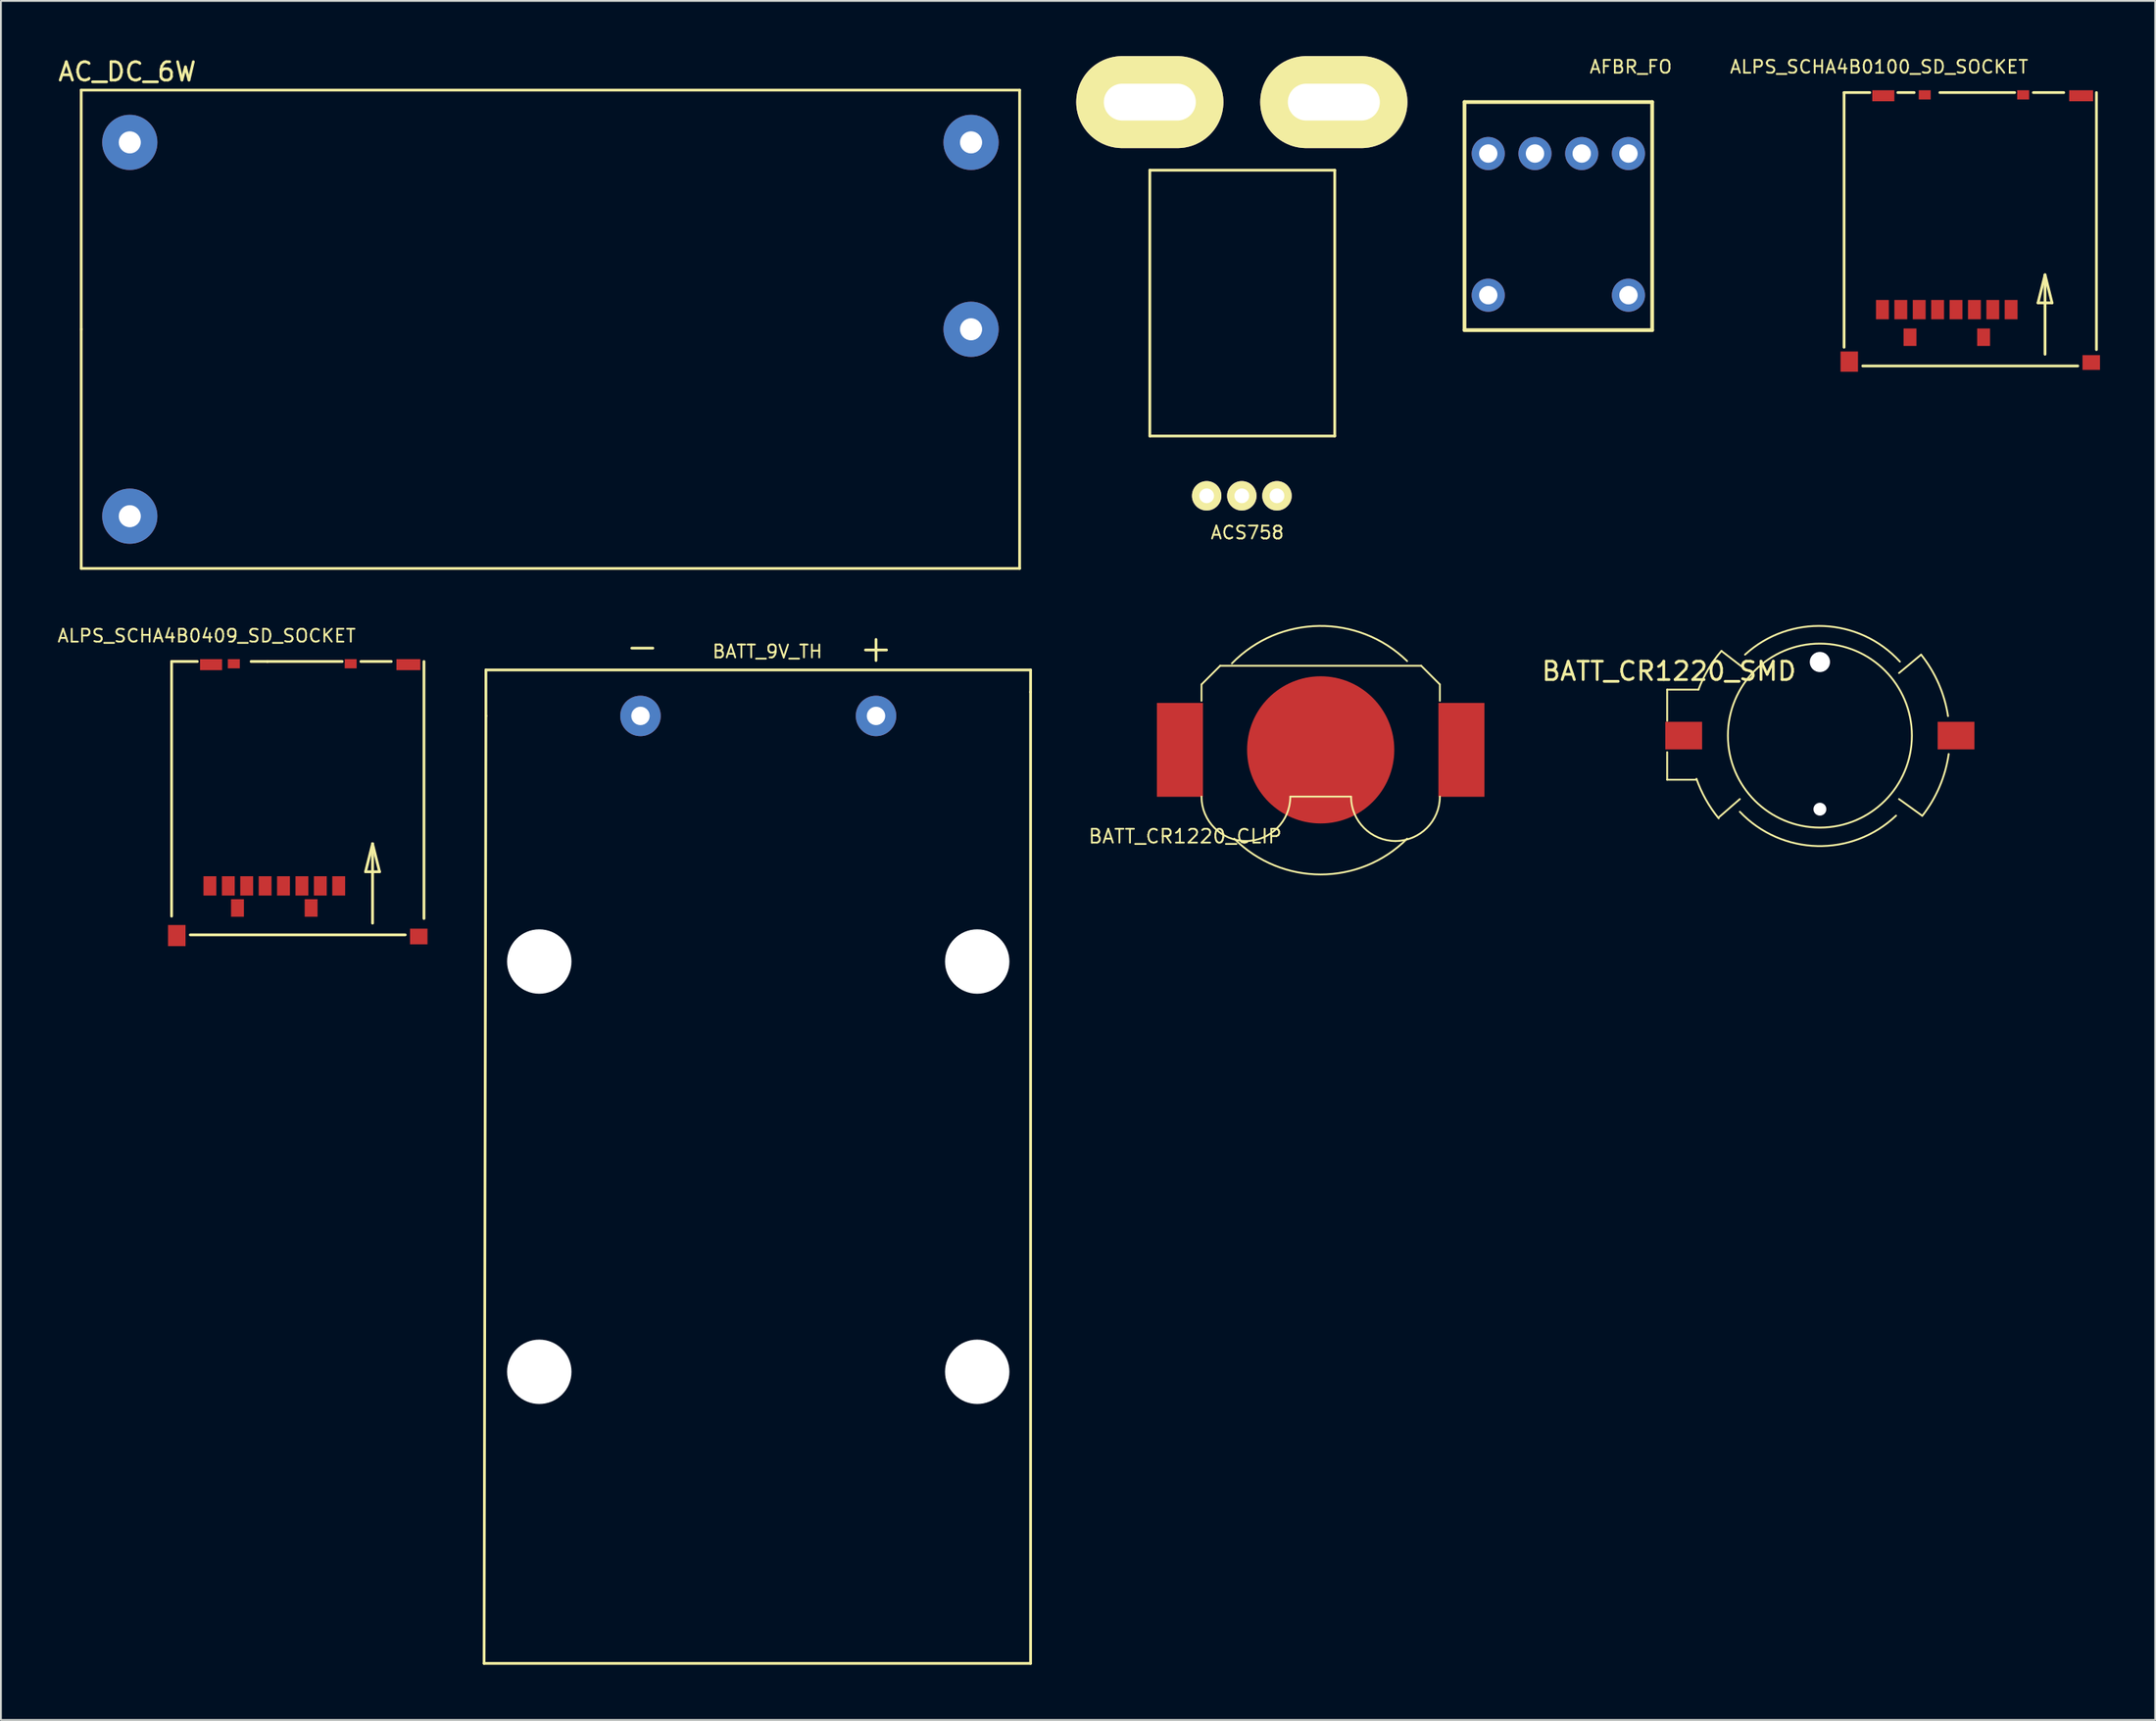
<source format=kicad_pcb>
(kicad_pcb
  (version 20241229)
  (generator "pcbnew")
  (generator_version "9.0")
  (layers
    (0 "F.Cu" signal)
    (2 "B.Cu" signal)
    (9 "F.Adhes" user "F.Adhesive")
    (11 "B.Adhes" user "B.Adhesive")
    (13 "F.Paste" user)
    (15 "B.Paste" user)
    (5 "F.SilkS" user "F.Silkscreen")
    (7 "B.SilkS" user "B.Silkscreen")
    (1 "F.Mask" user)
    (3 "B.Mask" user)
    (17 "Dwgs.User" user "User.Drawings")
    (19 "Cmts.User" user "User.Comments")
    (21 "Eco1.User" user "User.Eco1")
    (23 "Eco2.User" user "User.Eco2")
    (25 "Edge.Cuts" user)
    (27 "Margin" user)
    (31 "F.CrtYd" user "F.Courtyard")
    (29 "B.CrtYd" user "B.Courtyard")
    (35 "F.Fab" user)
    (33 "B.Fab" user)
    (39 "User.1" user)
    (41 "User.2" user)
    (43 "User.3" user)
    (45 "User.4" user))
  (footprint "AFBR_FO"
    (layer "F.Cu")
    (at 85.45 5.295)
    (property "Reference" "AFBR_FO" (at 0.13 -4.71 0) (layer "F.SilkS") (effects (font (size 0.7 0.7) (thickness 0.1))))
    (attr through_hole)
    (fp_line (start -8.91 -2.8) (end -8.91 9.6) (stroke (width 0.203) (type solid)) (layer "F.SilkS"))
    (fp_line (start -8.91 -2.8) (end 1.29 -2.8) (stroke (width 0.203) (type solid)) (layer "F.SilkS"))
    (fp_line (start 1.29 -2.8) (end 1.29 9.6) (stroke (width 0.203) (type solid)) (layer "F.SilkS"))
    (fp_line (start 1.29 9.6) (end -8.91 9.6) (stroke (width 0.203) (type solid)) (layer "F.SilkS"))
    (pad "1" thru_hole circle (at 0 0) (size 1.8 1.8) (drill 1) (layers "*.Cu" "*.Mask"))
    (pad "2" thru_hole circle (at -2.54 0) (size 1.8 1.8) (drill 1) (layers "*.Cu" "*.Mask"))
    (pad "3" thru_hole circle (at -5.08 0) (size 1.8 1.8) (drill 1) (layers "*.Cu" "*.Mask"))
    (pad "4" thru_hole circle (at -7.62 0) (size 1.8 1.8) (drill 1) (layers "*.Cu" "*.Mask"))
    (pad "5" thru_hole circle (at -7.62 7.7) (size 1.8 1.8) (drill 1) (layers "*.Cu" "*.Mask"))
    (pad "6" thru_hole circle (at 0 7.7) (size 1.8 1.8) (drill 1) (layers "*.Cu" "*.Mask")))
  (footprint "BATT_CR1220_CLIP"
    (layer "F.Cu")
    (at 68.724 37.709)
    (property "Reference" "BATT_CR1220_CLIP" (at -7.366 4.699 0) (layer "F.SilkS") (effects (font (size 0.75 0.75) (thickness 0.1))))
    (attr through_hole)
    (fp_line (start -6.477 -3.556) (end -5.461 -4.572) (stroke (width 0.1) (type solid)) (layer "F.SilkS"))
    (fp_line (start -6.477 -2.667) (end -6.477 -3.556) (stroke (width 0.1) (type solid)) (layer "F.SilkS"))
    (fp_line (start -5.461 -4.572) (end 5.461 -4.572) (stroke (width 0.1) (type solid)) (layer "F.SilkS"))
    (fp_line (start 1.651 2.54) (end -1.651 2.54) (stroke (width 0.1) (type solid)) (layer "F.SilkS"))
    (fp_line (start 5.461 -4.572) (end 6.477 -3.556) (stroke (width 0.1) (type solid)) (layer "F.SilkS"))
    (fp_line (start 6.477 -3.556) (end 6.477 -2.667) (stroke (width 0.1) (type solid)) (layer "F.SilkS"))
    (fp_arc (start -4.826 -4.699) (mid -0.089803 -6.735192) (end 4.699 -4.826) (stroke (width 0.1) (type solid)) (layer "F.SilkS"))
    (fp_arc (start -4.064 4.953) (mid -5.770249 4.246249) (end -6.477 2.54) (stroke (width 0.1) (type solid)) (layer "F.SilkS"))
    (fp_arc (start -1.651 2.54) (mid -2.357751 4.246249) (end -4.064 4.953) (stroke (width 0.1) (type solid)) (layer "F.SilkS"))
    (fp_arc (start 4.064 4.953) (mid 2.357751 4.246249) (end 1.651 2.54) (stroke (width 0.1) (type solid)) (layer "F.SilkS"))
    (fp_arc (start 4.699 4.826) (mid 0 6.77239) (end -4.699 4.826) (stroke (width 0.1) (type solid)) (layer "F.SilkS"))
    (fp_arc (start 6.477 2.54) (mid 5.770249 4.246249) (end 4.064 4.953) (stroke (width 0.1) (type solid)) (layer "F.SilkS"))
    (pad "1" smd rect (at -7.65 0) (size 2.5 5.1) (layers "F.Cu" "F.Mask" "F.Paste"))
    (pad "2" smd rect (at 7.65 0) (size 2.5 5.1) (layers "F.Cu" "F.Mask" "F.Paste"))
    (pad "3" smd circle (at 0 0) (size 8 8) (layers "F.Cu" "F.Mask" "F.Paste")))
  (footprint "BATT_CR1220_SMD"
    (layer "F.Cu")
    (at 95.854 36.933)
    (property "Reference" "BATT_CR1220_SMD" (at -8.2 -3.5 0) (layer "F.SilkS") (effects (font (size 1 1) (thickness 0.15))))
    (attr through_hole)
    (fp_line (start -8.3 -2.5) (end -8.3 -0.8) (stroke (width 0.1) (type solid)) (layer "F.SilkS"))
    (fp_line (start -8.3 0.9) (end -8.3 2.4) (stroke (width 0.1) (type solid)) (layer "F.SilkS"))
    (fp_line (start -8.3 2.4) (end -6.7 2.4) (stroke (width 0.1) (type solid)) (layer "F.SilkS"))
    (fp_line (start -6.6 -2.5) (end -8.3 -2.5) (stroke (width 0.1) (type solid)) (layer "F.SilkS"))
    (fp_line (start -5.5 4.45) (end -4.35 3.45) (stroke (width 0.1) (type solid)) (layer "F.SilkS"))
    (fp_line (start -5.35 -4.6) (end -4.05 -3.6) (stroke (width 0.1) (type solid)) (layer "F.SilkS"))
    (fp_line (start 5.5 -4.4) (end 4.3 -3.4) (stroke (width 0.1) (type solid)) (layer "F.SilkS"))
    (fp_line (start 5.55 4.35) (end 4.3 3.45) (stroke (width 0.1) (type solid)) (layer "F.SilkS"))
    (fp_arc (start -6.6 -2.5) (mid -6.065611 -3.608097) (end -5.346921 -4.606564) (stroke (width 0.1) (type solid)) (layer "F.SilkS"))
    (fp_arc (start -5.5 4.5) (mid -6.197859 3.47657) (end -6.7074 2.347506) (stroke (width 0.1) (type solid)) (layer "F.SilkS"))
    (fp_arc (start -4.07 -4.4) (mid 0.218701 -5.953839) (end 4.35 -4.02) (stroke (width 0.1) (type solid)) (layer "F.SilkS"))
    (fp_arc (start 4.14 4.35) (mid -0.148492 6.003337) (end -4.35 4.14) (stroke (width 0.1) (type solid)) (layer "F.SilkS"))
    (fp_arc (start 5.5 -4.4) (mid 6.451396 -2.826569) (end 6.96314 -1.060512) (stroke (width 0.1) (type solid)) (layer "F.SilkS"))
    (fp_arc (start 7 1) (mid 6.502662 2.777659) (end 5.562178 4.366025) (stroke (width 0.1) (type solid)) (layer "F.SilkS"))
    (fp_circle (center 0 0) (end 5 0) (stroke (width 0.1) (type solid)) (fill no) (layer "F.SilkS"))
    (pad "" np_thru_hole circle (at 0 -4) (size 1.1 1.1) (drill 1.1) (layers "*.Cu" "*.Mask"))
    (pad "" np_thru_hole circle (at 0 4) (size 0.7 0.7) (drill 0.7) (layers "*.Cu" "*.Mask"))
    (pad "+" smd rect (at -7.4 0) (size 2 1.5) (layers "F.Cu" "F.Mask" "F.Paste"))
    (pad "-" smd rect (at 7.4 0) (size 2 1.5) (layers "F.Cu" "F.Mask" "F.Paste")))
  (footprint "ACS758"
    (layer "F.Cu")
    (at 64.438 2.5)
    (property "Reference" "ACS758" (at 0.3 23.4 0) (layer "F.SilkS") (effects (font (size 0.7 0.7) (thickness 0.1))))
    (attr through_hole)
    (fp_line (start -5 3.7) (end 5.05 3.7) (stroke (width 0.15) (type solid)) (layer "F.SilkS"))
    (fp_line (start -5 18.15) (end -5 3.7) (stroke (width 0.15) (type solid)) (layer "F.SilkS"))
    (fp_line (start 5.05 3.7) (end 5.05 18.15) (stroke (width 0.15) (type solid)) (layer "F.SilkS"))
    (fp_line (start 5.05 18.15) (end -5 18.15) (stroke (width 0.15) (type solid)) (layer "F.SilkS"))
    (pad "1" thru_hole oval (at 5 0) (size 8 5) (drill oval 5 2) (layers "*.Cu" "*.Mask" "F.SilkS"))
    (pad "2" thru_hole oval (at -5 0) (size 8 5) (drill oval 5 2) (layers "*.Cu" "*.Mask" "F.SilkS"))
    (pad "3" thru_hole circle (at -1.91 21.4) (size 1.6 1.6) (drill 0.8) (layers "*.Cu" "*.Mask" "F.SilkS"))
    (pad "4" thru_hole circle (at 0 21.4) (size 1.6 1.6) (drill 0.8) (layers "*.Cu" "*.Mask" "F.SilkS"))
    (pad "5" thru_hole circle (at 1.91 21.4) (size 1.6 1.6) (drill 0.8) (layers "*.Cu" "*.Mask" "F.SilkS")))
  (footprint "AC_DC_6W"
    (layer "F.Cu")
    (at 26.863 14.848)
    (property "Reference" "AC_DC_6W" (at -23 -14 0) (layer "F.SilkS") (effects (font (size 1 1) (thickness 0.15))))
    (attr through_hole)
    (fp_line (start -25.5 -13) (end 25.5 -13) (stroke (width 0.15) (type solid)) (layer "F.SilkS"))
    (fp_line (start -25.5 0) (end -25.5 -13) (stroke (width 0.15) (type solid)) (layer "F.SilkS"))
    (fp_line (start -25.5 13) (end -25.5 0) (stroke (width 0.15) (type solid)) (layer "F.SilkS"))
    (fp_line (start 25.5 -13) (end 25.5 13) (stroke (width 0.15) (type solid)) (layer "F.SilkS"))
    (fp_line (start 25.5 13) (end -25.5 13) (stroke (width 0.15) (type solid)) (layer "F.SilkS"))
    (pad "1" thru_hole circle (at -22.86 -10.16) (size 3 3) (drill 1.2) (layers "*.Cu" "*.Mask"))
    (pad "2" thru_hole circle (at -22.86 10.16) (size 3 3) (drill 1.2) (layers "*.Cu" "*.Mask"))
    (pad "3" thru_hole circle (at 22.86 0) (size 3 3) (drill 1.2) (layers "*.Cu" "*.Mask"))
    (pad "4" thru_hole circle (at 22.86 -10.16) (size 3 3) (drill 1.2) (layers "*.Cu" "*.Mask")))
  (footprint "ALPS_SCHA4B0409_SD_SOCKET"
    (layer "F.Cu")
    (at 13.133 32.778)
    (property "Reference" "ALPS_SCHA4B0409_SD_SOCKET" (at -4.953 -1.27 0) (layer "F.SilkS") (effects (font (size 0.7 0.7) (thickness 0.1))))
    (attr through_hole)
    (fp_line (start -6.858 0.127) (end -5.461 0.127) (stroke (width 0.15) (type solid)) (layer "F.SilkS"))
    (fp_line (start -6.858 13.97) (end -6.858 0.127) (stroke (width 0.15) (type solid)) (layer "F.SilkS"))
    (fp_line (start -2.537 0.127) (end -1.648 0.127) (stroke (width 0.15) (type solid)) (layer "F.SilkS"))
    (fp_line (start -1.651 0.127) (end 2.413 0.127) (stroke (width 0.15) (type solid)) (layer "F.SilkS"))
    (fp_line (start 3.429 0.127) (end 5.08 0.127) (stroke (width 0.15) (type solid)) (layer "F.SilkS"))
    (fp_line (start 3.683 11.557) (end 4.445 11.557) (stroke (width 0.15) (type solid)) (layer "F.SilkS"))
    (fp_line (start 4.064 10.033) (end 3.683 11.557) (stroke (width 0.15) (type solid)) (layer "F.SilkS"))
    (fp_line (start 4.064 14.351) (end 4.064 10.033) (stroke (width 0.15) (type solid)) (layer "F.SilkS"))
    (fp_line (start 4.445 11.557) (end 4.064 10.033) (stroke (width 0.15) (type solid)) (layer "F.SilkS"))
    (fp_line (start 5.842 14.986) (end -5.842 14.986) (stroke (width 0.15) (type solid)) (layer "F.SilkS"))
    (fp_line (start 6.858 0.127) (end 6.858 14.097) (stroke (width 0.15) (type solid)) (layer "F.SilkS"))
    (pad "1" smd rect (at 2.225 12.325) (size 0.7 1.05) (layers "F.Cu" "F.Mask" "F.Paste"))
    (pad "2" smd rect (at 1.225 12.325) (size 0.7 1.05) (layers "F.Cu" "F.Mask" "F.Paste"))
    (pad "3" smd rect (at 0.225 12.325) (size 0.7 1.05) (layers "F.Cu" "F.Mask" "F.Paste"))
    (pad "4" smd rect (at -0.775 12.325) (size 0.7 1.05) (layers "F.Cu" "F.Mask" "F.Paste"))
    (pad "5" smd rect (at -1.775 12.325) (size 0.7 1.05) (layers "F.Cu" "F.Mask" "F.Paste"))
    (pad "6" smd rect (at -2.775 12.325) (size 0.7 1.05) (layers "F.Cu" "F.Mask" "F.Paste"))
    (pad "7" smd rect (at -3.775 12.325) (size 0.7 1.05) (layers "F.Cu" "F.Mask" "F.Paste"))
    (pad "8" smd rect (at -4.775 12.325) (size 0.7 1.05) (layers "F.Cu" "F.Mask" "F.Paste"))
    (pad "9" smd rect (at -3.475 0.25) (size 0.65 0.5) (layers "F.Cu" "F.Mask" "F.Paste"))
    (pad "10" smd rect (at 2.875 0.25) (size 0.65 0.5) (layers "F.Cu" "F.Mask" "F.Paste"))
    (pad "11" smd rect (at 6.575 15.075) (size 0.95 0.85) (layers "F.Cu" "F.Mask" "F.Paste"))
    (pad "12" smd rect (at -6.575 15.025) (size 0.95 1.15) (layers "F.Cu" "F.Mask" "F.Paste"))
    (pad "13" smd rect (at 0.725 13.525) (size 0.7 0.95) (layers "F.Cu" "F.Mask" "F.Paste"))
    (pad "14" smd rect (at -3.275 13.525) (size 0.7 0.95) (layers "F.Cu" "F.Mask" "F.Paste"))
    (pad "15" smd rect (at 6.013 0.3) (size 1.3 0.6) (layers "F.Cu" "F.Mask" "F.Paste"))
    (pad "16" smd rect (at -4.713 0.3) (size 1.2 0.6) (layers "F.Cu" "F.Mask" "F.Paste")))
  (footprint "ALPS_SCHA4B0100_SD_SOCKET"
    (layer "F.Cu")
    (at 104.026 1.855)
    (property "Reference" "ALPS_SCHA4B0100_SD_SOCKET" (at -4.953 -1.27 0) (layer "F.SilkS") (effects (font (size 0.7 0.7) (thickness 0.1))))
    (attr through_hole)
    (fp_line (start -6.858 0.127) (end -5.461 0.127) (stroke (width 0.15) (type solid)) (layer "F.SilkS"))
    (fp_line (start -6.858 13.97) (end -6.858 0.127) (stroke (width 0.15) (type solid)) (layer "F.SilkS"))
    (fp_line (start -3.937 0.127) (end -3.048 0.127) (stroke (width 0.15) (type solid)) (layer "F.SilkS"))
    (fp_line (start -1.651 0.127) (end 2.413 0.127) (stroke (width 0.15) (type solid)) (layer "F.SilkS"))
    (fp_line (start 3.429 0.127) (end 5.08 0.127) (stroke (width 0.15) (type solid)) (layer "F.SilkS"))
    (fp_line (start 3.683 11.557) (end 4.445 11.557) (stroke (width 0.15) (type solid)) (layer "F.SilkS"))
    (fp_line (start 4.064 10.033) (end 3.683 11.557) (stroke (width 0.15) (type solid)) (layer "F.SilkS"))
    (fp_line (start 4.064 14.351) (end 4.064 10.033) (stroke (width 0.15) (type solid)) (layer "F.SilkS"))
    (fp_line (start 4.445 11.557) (end 4.064 10.033) (stroke (width 0.15) (type solid)) (layer "F.SilkS"))
    (fp_line (start 5.842 14.986) (end -5.842 14.986) (stroke (width 0.15) (type solid)) (layer "F.SilkS"))
    (fp_line (start 6.858 0.127) (end 6.858 14.097) (stroke (width 0.15) (type solid)) (layer "F.SilkS"))
    (pad "1" smd rect (at 2.22 11.925) (size 0.7 1.05) (layers "F.Cu" "F.Mask" "F.Paste"))
    (pad "2" smd rect (at 1.225 11.925) (size 0.7 1.05) (layers "F.Cu" "F.Mask" "F.Paste"))
    (pad "3" smd rect (at 0.225 11.925) (size 0.7 1.05) (layers "F.Cu" "F.Mask" "F.Paste"))
    (pad "4" smd rect (at -0.775 11.925) (size 0.7 1.05) (layers "F.Cu" "F.Mask" "F.Paste"))
    (pad "5" smd rect (at -1.775 11.925) (size 0.7 1.05) (layers "F.Cu" "F.Mask" "F.Paste"))
    (pad "6" smd rect (at -2.775 11.925) (size 0.7 1.05) (layers "F.Cu" "F.Mask" "F.Paste"))
    (pad "7" smd rect (at -3.775 11.925) (size 0.7 1.05) (layers "F.Cu" "F.Mask" "F.Paste"))
    (pad "8" smd rect (at -4.775 11.925) (size 0.7 1.05) (layers "F.Cu" "F.Mask" "F.Paste"))
    (pad "9" smd rect (at -2.475 0.25) (size 0.65 0.5) (layers "F.Cu" "F.Mask" "F.Paste"))
    (pad "10" smd rect (at 2.875 0.25) (size 0.65 0.5) (layers "F.Cu" "F.Mask" "F.Paste"))
    (pad "11" smd rect (at 6.575 14.8) (size 0.95 0.8) (layers "F.Cu" "F.Mask" "F.Paste"))
    (pad "12" smd rect (at -6.575 14.75) (size 0.95 1.1) (layers "F.Cu" "F.Mask" "F.Paste"))
    (pad "13" smd rect (at 0.725 13.425) (size 0.7 0.95) (layers "F.Cu" "F.Mask" "F.Paste"))
    (pad "14" smd rect (at -3.275 13.425) (size 0.7 0.95) (layers "F.Cu" "F.Mask" "F.Paste"))
    (pad "15" smd rect (at 6.025 0.3) (size 1.3 0.6) (layers "F.Cu" "F.Mask" "F.Paste"))
    (pad "16" smd rect (at -4.725 0.3) (size 1.2 0.6) (layers "F.Cu" "F.Mask" "F.Paste")))
  (footprint "BATT_9V_TH"
    (layer "F.Cu")
    (at 31.758 35.864)
    (property "Reference" "BATT_9V_TH" (at 6.9 -3.5 0) (layer "F.SilkS") (effects (font (size 0.7 0.7) (thickness 0.1))))
    (attr through_hole)
    (fp_line (start -8.5 51.5) (end -8.4 0) (stroke (width 0.15) (type solid)) (layer "F.SilkS"))
    (fp_line (start -8.4 -2.5) (end 21.2 -2.5) (stroke (width 0.15) (type solid)) (layer "F.SilkS"))
    (fp_line (start -8.4 0) (end -8.4 -2.5) (stroke (width 0.15) (type solid)) (layer "F.SilkS"))
    (fp_line (start 21.2 -2.5) (end 21.2 -1.3) (stroke (width 0.15) (type solid)) (layer "F.SilkS"))
    (fp_line (start 21.2 -1.3) (end 21.2 51.5) (stroke (width 0.15) (type solid)) (layer "F.SilkS"))
    (fp_line (start 21.2 51.5) (end -8.5 51.5) (stroke (width 0.15) (type solid)) (layer "F.SilkS"))
    (fp_text user "+" (at 12.8 -3.7 0) (layer "F.SilkS") (effects (font (size 1.5 1.5) (thickness 0.15))))
    (fp_text user "-" (at 0.1 -3.8 0) (layer "F.SilkS") (effects (font (size 1.5 1.5) (thickness 0.15))))
    (pad "" np_thru_hole circle (at -5.5 13.35) (size 3.5 3.5) (drill 3.5) (layers "*.Cu" "*.Mask"))
    (pad "" np_thru_hole circle (at -5.5 35.65) (size 3.5 3.5) (drill 3.5) (layers "*.Cu" "*.Mask"))
    (pad "" np_thru_hole circle (at 18.3 13.35) (size 3.5 3.5) (drill 3.5) (layers "*.Cu" "*.Mask"))
    (pad "" np_thru_hole circle (at 18.3 35.65) (size 3.5 3.5) (drill 3.5) (layers "*.Cu" "*.Mask"))
    (pad "+" thru_hole circle (at 12.8 0) (size 2.2 2.2) (drill 1) (layers "*.Cu" "*.Mask"))
    (pad "-" thru_hole circle (at 0 0) (size 2.2 2.2) (drill 1) (layers "*.Cu" "*.Mask")))
  (gr_rect
    (start -3 -3)
    (end 114.076 90.439)
    (stroke (width 0.1) (type default))
    (fill no)
    (layer "Edge.Cuts")))
</source>
